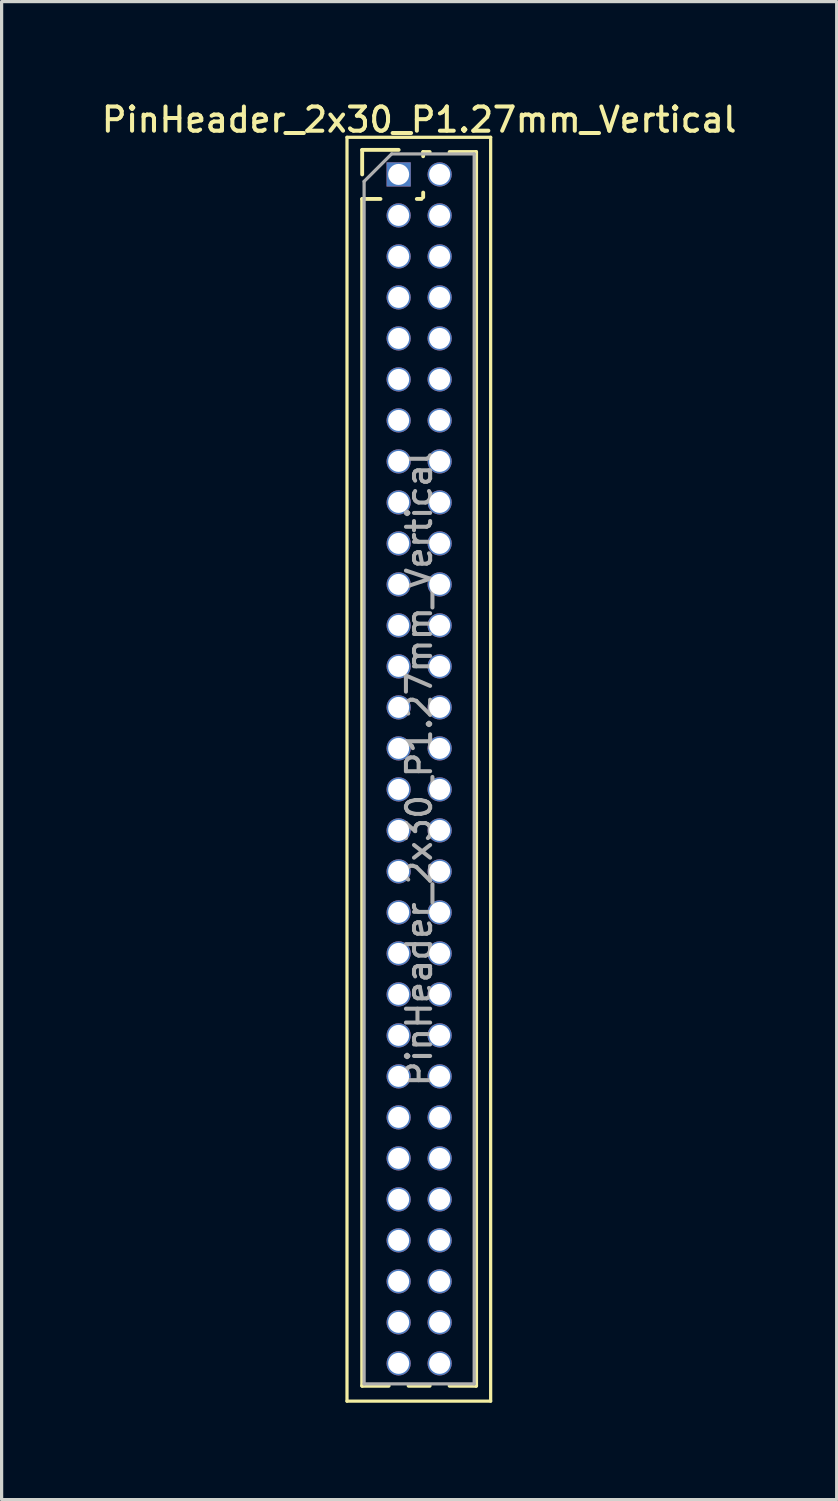
<source format=kicad_pcb>
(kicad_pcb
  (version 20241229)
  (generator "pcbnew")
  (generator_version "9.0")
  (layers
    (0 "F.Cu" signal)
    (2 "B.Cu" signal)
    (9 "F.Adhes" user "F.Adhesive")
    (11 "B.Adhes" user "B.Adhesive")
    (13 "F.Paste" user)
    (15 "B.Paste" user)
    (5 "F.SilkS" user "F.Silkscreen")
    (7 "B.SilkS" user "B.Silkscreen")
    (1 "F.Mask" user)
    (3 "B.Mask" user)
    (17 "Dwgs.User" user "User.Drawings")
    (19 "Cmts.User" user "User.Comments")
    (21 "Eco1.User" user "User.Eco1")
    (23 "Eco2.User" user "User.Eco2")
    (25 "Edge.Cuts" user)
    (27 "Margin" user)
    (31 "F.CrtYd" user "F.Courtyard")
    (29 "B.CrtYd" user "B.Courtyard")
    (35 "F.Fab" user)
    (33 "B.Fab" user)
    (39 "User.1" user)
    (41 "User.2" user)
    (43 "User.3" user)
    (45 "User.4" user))
  (footprint "PinHeader_2x30_P1.27mm_Vertical"
    (layer "F.Cu")
    (at 9.299 2.353)
    (property "Reference" "PinHeader_2x30_P1.27mm_Vertical" (at 0.635 -1.695 0) (layer "F.SilkS") (effects (font (size 0.75 0.75) (thickness 0.125))))
    (attr through_hole)
    (fp_line (start -1.6 -1.15) (end -1.6 38) (stroke (width 0.1) (type solid)) (layer "F.SilkS"))
    (fp_line (start -1.6 38) (end 2.85 38) (stroke (width 0.1) (type solid)) (layer "F.SilkS"))
    (fp_line (start -1.13 -0.76) (end 0 -0.76) (stroke (width 0.12) (type solid)) (layer "F.SilkS"))
    (fp_line (start -1.13 0) (end -1.13 -0.76) (stroke (width 0.12) (type solid)) (layer "F.SilkS"))
    (fp_line (start -1.13 0.76) (end -1.13 37.525) (stroke (width 0.12) (type solid)) (layer "F.SilkS"))
    (fp_line (start -1.13 0.76) (end -0.563 0.76) (stroke (width 0.12) (type solid)) (layer "F.SilkS"))
    (fp_line (start -1.13 37.525) (end -0.308 37.525) (stroke (width 0.12) (type solid)) (layer "F.SilkS"))
    (fp_line (start 0.308 37.525) (end 0.962 37.525) (stroke (width 0.12) (type solid)) (layer "F.SilkS"))
    (fp_line (start 0.563 0.76) (end 0.707 0.76) (stroke (width 0.12) (type solid)) (layer "F.SilkS"))
    (fp_line (start 0.76 -0.695) (end 0.962 -0.695) (stroke (width 0.12) (type solid)) (layer "F.SilkS"))
    (fp_line (start 0.76 -0.563) (end 0.76 -0.695) (stroke (width 0.12) (type solid)) (layer "F.SilkS"))
    (fp_line (start 0.76 0.707) (end 0.76 0.563) (stroke (width 0.12) (type solid)) (layer "F.SilkS"))
    (fp_line (start 1.578 -0.695) (end 2.4 -0.695) (stroke (width 0.12) (type solid)) (layer "F.SilkS"))
    (fp_line (start 1.578 37.525) (end 2.4 37.525) (stroke (width 0.12) (type solid)) (layer "F.SilkS"))
    (fp_line (start 2.4 -0.695) (end 2.4 37.525) (stroke (width 0.12) (type solid)) (layer "F.SilkS"))
    (fp_line (start 2.85 -1.15) (end -1.6 -1.15) (stroke (width 0.1) (type solid)) (layer "F.SilkS"))
    (fp_line (start 2.85 38) (end 2.85 -1.15) (stroke (width 0.1) (type solid)) (layer "F.SilkS"))
    (fp_line (start -1.07 0.217) (end -0.217 -0.635) (stroke (width 0.1) (type solid)) (layer "F.Fab"))
    (fp_line (start -1.07 37.465) (end -1.07 0.217) (stroke (width 0.1) (type solid)) (layer "F.Fab"))
    (fp_line (start -0.217 -0.635) (end 2.34 -0.635) (stroke (width 0.1) (type solid)) (layer "F.Fab"))
    (fp_line (start 2.34 -0.635) (end 2.34 37.465) (stroke (width 0.1) (type solid)) (layer "F.Fab"))
    (fp_line (start 2.34 37.465) (end -1.07 37.465) (stroke (width 0.1) (type solid)) (layer "F.Fab"))
    (fp_text user "${REFERENCE}" (at 0.635 18.415 90) (layer "F.Fab") (effects (font (size 0.75 0.75) (thickness 0.125))))
    (pad "1" thru_hole rect (at 0 0) (size 0.75 0.75) (drill 0.65) (layers "*.Cu" "*.Mask"))
    (pad "2" thru_hole oval (at 1.27 0) (size 0.75 0.75) (drill 0.65) (layers "*.Cu" "*.Mask"))
    (pad "3" thru_hole oval (at 0 1.27) (size 0.75 0.75) (drill 0.65) (layers "*.Cu" "*.Mask"))
    (pad "4" thru_hole oval (at 1.27 1.27) (size 0.75 0.75) (drill 0.65) (layers "*.Cu" "*.Mask"))
    (pad "5" thru_hole oval (at 0 2.54) (size 0.75 0.75) (drill 0.65) (layers "*.Cu" "*.Mask"))
    (pad "6" thru_hole oval (at 1.27 2.54) (size 0.75 0.75) (drill 0.65) (layers "*.Cu" "*.Mask"))
    (pad "7" thru_hole oval (at 0 3.81) (size 0.75 0.75) (drill 0.65) (layers "*.Cu" "*.Mask"))
    (pad "8" thru_hole oval (at 1.27 3.81) (size 0.75 0.75) (drill 0.65) (layers "*.Cu" "*.Mask"))
    (pad "9" thru_hole oval (at 0 5.08) (size 0.75 0.75) (drill 0.65) (layers "*.Cu" "*.Mask"))
    (pad "10" thru_hole oval (at 1.27 5.08) (size 0.75 0.75) (drill 0.65) (layers "*.Cu" "*.Mask"))
    (pad "11" thru_hole oval (at 0 6.35) (size 0.75 0.75) (drill 0.65) (layers "*.Cu" "*.Mask"))
    (pad "12" thru_hole oval (at 1.27 6.35) (size 0.75 0.75) (drill 0.65) (layers "*.Cu" "*.Mask"))
    (pad "13" thru_hole oval (at 0 7.62) (size 0.75 0.75) (drill 0.65) (layers "*.Cu" "*.Mask"))
    (pad "14" thru_hole oval (at 1.27 7.62) (size 0.75 0.75) (drill 0.65) (layers "*.Cu" "*.Mask"))
    (pad "15" thru_hole oval (at 0 8.89) (size 0.75 0.75) (drill 0.65) (layers "*.Cu" "*.Mask"))
    (pad "16" thru_hole oval (at 1.27 8.89) (size 0.75 0.75) (drill 0.65) (layers "*.Cu" "*.Mask"))
    (pad "17" thru_hole oval (at 0 10.16) (size 0.75 0.75) (drill 0.65) (layers "*.Cu" "*.Mask"))
    (pad "18" thru_hole oval (at 1.27 10.16) (size 0.75 0.75) (drill 0.65) (layers "*.Cu" "*.Mask"))
    (pad "19" thru_hole oval (at 0 11.43) (size 0.75 0.75) (drill 0.65) (layers "*.Cu" "*.Mask"))
    (pad "20" thru_hole oval (at 1.27 11.43) (size 0.75 0.75) (drill 0.65) (layers "*.Cu" "*.Mask"))
    (pad "21" thru_hole oval (at 0 12.7) (size 0.75 0.75) (drill 0.65) (layers "*.Cu" "*.Mask"))
    (pad "22" thru_hole oval (at 1.27 12.7) (size 0.75 0.75) (drill 0.65) (layers "*.Cu" "*.Mask"))
    (pad "23" thru_hole oval (at 0 13.97) (size 0.75 0.75) (drill 0.65) (layers "*.Cu" "*.Mask"))
    (pad "24" thru_hole oval (at 1.27 13.97) (size 0.75 0.75) (drill 0.65) (layers "*.Cu" "*.Mask"))
    (pad "25" thru_hole oval (at 0 15.24) (size 0.75 0.75) (drill 0.65) (layers "*.Cu" "*.Mask"))
    (pad "26" thru_hole oval (at 1.27 15.24) (size 0.75 0.75) (drill 0.65) (layers "*.Cu" "*.Mask"))
    (pad "27" thru_hole oval (at 0 16.51) (size 0.75 0.75) (drill 0.65) (layers "*.Cu" "*.Mask"))
    (pad "28" thru_hole oval (at 1.27 16.51) (size 0.75 0.75) (drill 0.65) (layers "*.Cu" "*.Mask"))
    (pad "29" thru_hole oval (at 0 17.78) (size 0.75 0.75) (drill 0.65) (layers "*.Cu" "*.Mask"))
    (pad "30" thru_hole oval (at 1.27 17.78) (size 0.75 0.75) (drill 0.65) (layers "*.Cu" "*.Mask"))
    (pad "31" thru_hole oval (at 0 19.05) (size 0.75 0.75) (drill 0.65) (layers "*.Cu" "*.Mask"))
    (pad "32" thru_hole oval (at 1.27 19.05) (size 0.75 0.75) (drill 0.65) (layers "*.Cu" "*.Mask"))
    (pad "33" thru_hole oval (at 0 20.32) (size 0.75 0.75) (drill 0.65) (layers "*.Cu" "*.Mask"))
    (pad "34" thru_hole oval (at 1.27 20.32) (size 0.75 0.75) (drill 0.65) (layers "*.Cu" "*.Mask"))
    (pad "35" thru_hole oval (at 0 21.59) (size 0.75 0.75) (drill 0.65) (layers "*.Cu" "*.Mask"))
    (pad "36" thru_hole oval (at 1.27 21.59) (size 0.75 0.75) (drill 0.65) (layers "*.Cu" "*.Mask"))
    (pad "37" thru_hole oval (at 0 22.86) (size 0.75 0.75) (drill 0.65) (layers "*.Cu" "*.Mask"))
    (pad "38" thru_hole oval (at 1.27 22.86) (size 0.75 0.75) (drill 0.65) (layers "*.Cu" "*.Mask"))
    (pad "39" thru_hole oval (at 0 24.13) (size 0.75 0.75) (drill 0.65) (layers "*.Cu" "*.Mask"))
    (pad "40" thru_hole oval (at 1.27 24.13) (size 0.75 0.75) (drill 0.65) (layers "*.Cu" "*.Mask"))
    (pad "41" thru_hole oval (at 0 25.4) (size 0.75 0.75) (drill 0.65) (layers "*.Cu" "*.Mask"))
    (pad "42" thru_hole oval (at 1.27 25.4) (size 0.75 0.75) (drill 0.65) (layers "*.Cu" "*.Mask"))
    (pad "43" thru_hole oval (at 0 26.67) (size 0.75 0.75) (drill 0.65) (layers "*.Cu" "*.Mask"))
    (pad "44" thru_hole oval (at 1.27 26.67) (size 0.75 0.75) (drill 0.65) (layers "*.Cu" "*.Mask"))
    (pad "45" thru_hole oval (at 0 27.94) (size 0.75 0.75) (drill 0.65) (layers "*.Cu" "*.Mask"))
    (pad "46" thru_hole oval (at 1.27 27.94) (size 0.75 0.75) (drill 0.65) (layers "*.Cu" "*.Mask"))
    (pad "47" thru_hole oval (at 0 29.21) (size 0.75 0.75) (drill 0.65) (layers "*.Cu" "*.Mask"))
    (pad "48" thru_hole oval (at 1.27 29.21) (size 0.75 0.75) (drill 0.65) (layers "*.Cu" "*.Mask"))
    (pad "49" thru_hole oval (at 0 30.48) (size 0.75 0.75) (drill 0.65) (layers "*.Cu" "*.Mask"))
    (pad "50" thru_hole oval (at 1.27 30.48) (size 0.75 0.75) (drill 0.65) (layers "*.Cu" "*.Mask"))
    (pad "51" thru_hole oval (at 0 31.75) (size 0.75 0.75) (drill 0.65) (layers "*.Cu" "*.Mask"))
    (pad "52" thru_hole oval (at 1.27 31.75) (size 0.75 0.75) (drill 0.65) (layers "*.Cu" "*.Mask"))
    (pad "53" thru_hole oval (at 0 33.02) (size 0.75 0.75) (drill 0.65) (layers "*.Cu" "*.Mask"))
    (pad "54" thru_hole oval (at 1.27 33.02) (size 0.75 0.75) (drill 0.65) (layers "*.Cu" "*.Mask"))
    (pad "55" thru_hole oval (at 0 34.29) (size 0.75 0.75) (drill 0.65) (layers "*.Cu" "*.Mask"))
    (pad "56" thru_hole oval (at 1.27 34.29) (size 0.75 0.75) (drill 0.65) (layers "*.Cu" "*.Mask"))
    (pad "57" thru_hole oval (at 0 35.56) (size 0.75 0.75) (drill 0.65) (layers "*.Cu" "*.Mask"))
    (pad "58" thru_hole oval (at 1.27 35.56) (size 0.75 0.75) (drill 0.65) (layers "*.Cu" "*.Mask"))
    (pad "59" thru_hole oval (at 0 36.83) (size 0.75 0.75) (drill 0.65) (layers "*.Cu" "*.Mask"))
    (pad "60" thru_hole oval (at 1.27 36.83) (size 0.75 0.75) (drill 0.65) (layers "*.Cu" "*.Mask")))
  (gr_rect
    (start -3 -3)
    (end 22.868 43.403)
    (stroke (width 0.1) (type default))
    (fill no)
    (layer "Edge.Cuts")))
</source>
